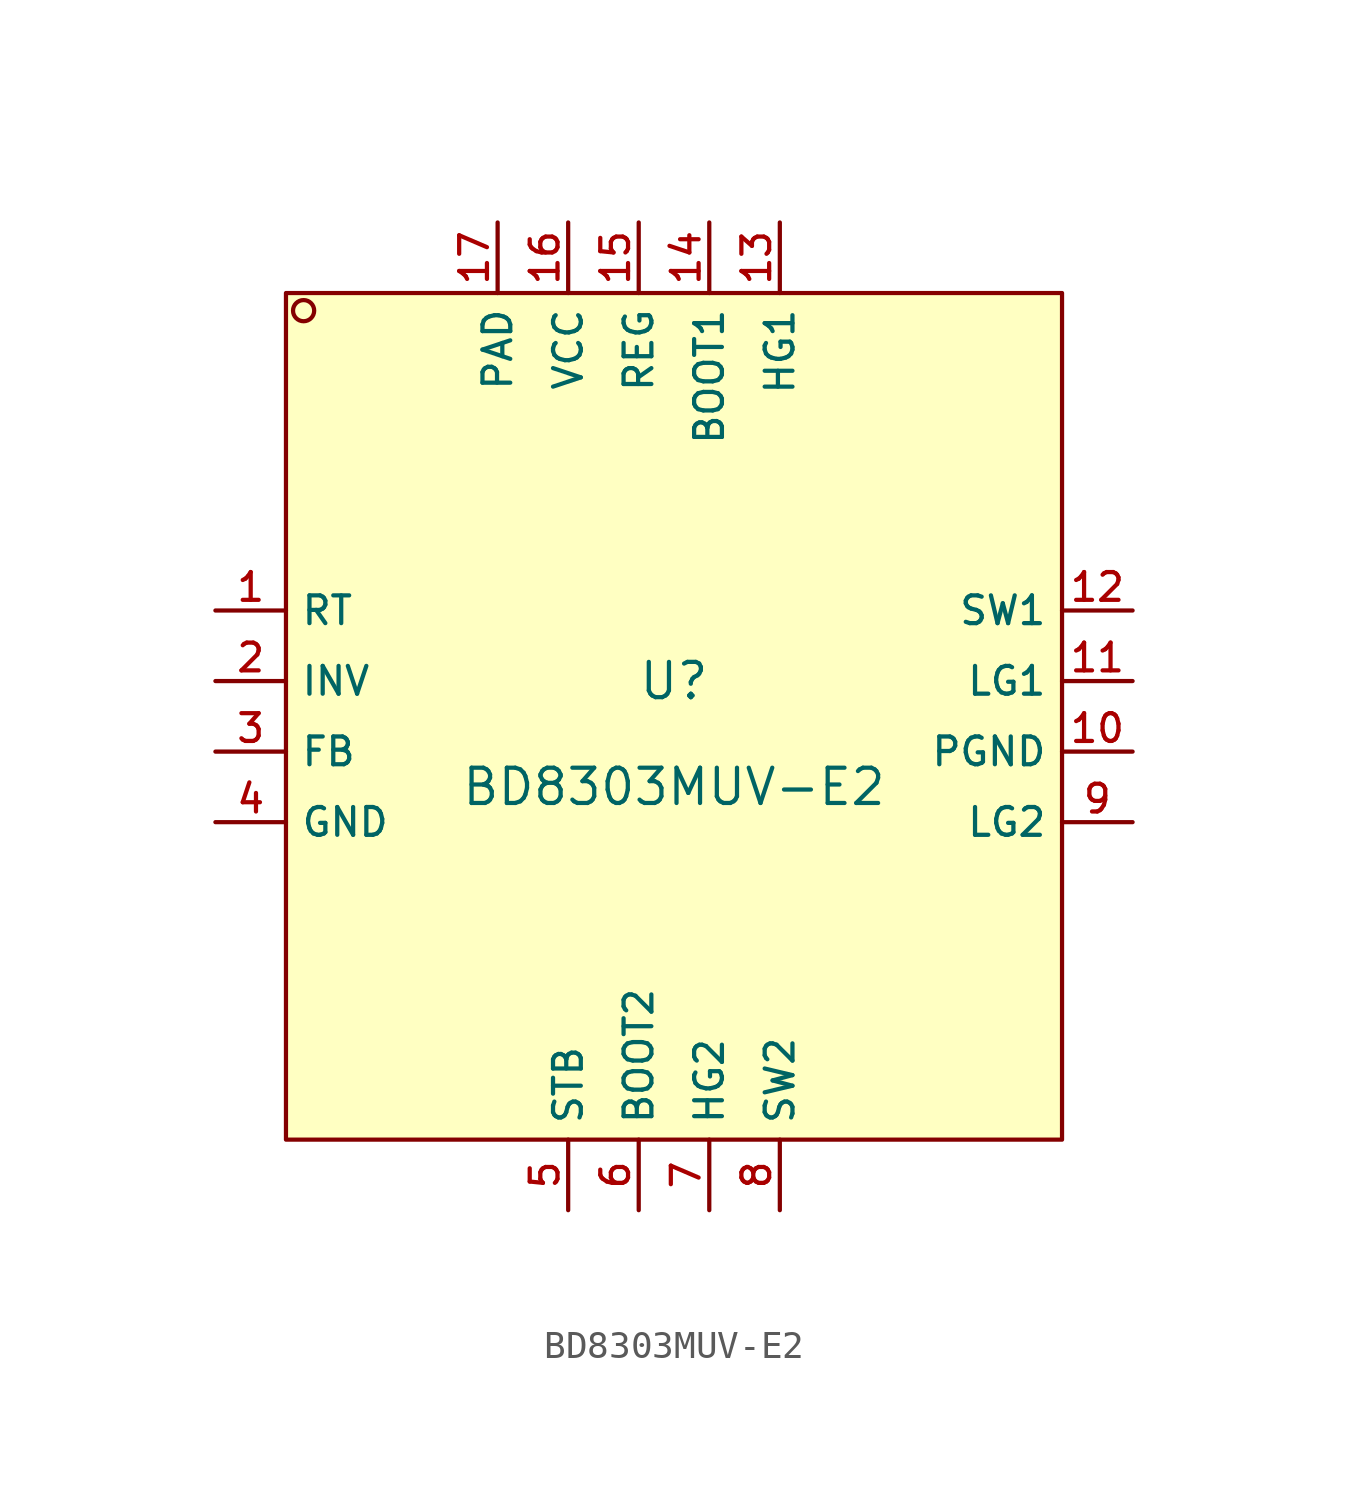
<source format=kicad_sym>
(kicad_symbol_lib
  (version 20210201)
  (generator TousstNicolas/JLC2KiCad_lib)
  (symbol "BD8303MUV-E2"
    (property "Reference" "U"
      (at 0 1.27 0)
      (effects (font (size 1.27 1.27))))
    (property "Value" "BD8303MUV-E2"
      (at 0 -2.54 0)
      (effects (font (size 1.27 1.27))))
    (symbol "BD8303MUV-E2_0_1"
      (rectangle (start -13.97 15.24) (end 13.97 -15.24) (stroke (width 0) (type default) (color 0 0 0 0)) (fill (type background)))
      (circle (center -13.335 14.605) (radius 0.381) (stroke (width 0) (type default) (color 0 0 0 0)) (fill (type background)))
      (pin unspecified line (at -16.51 3.81 0) (length 2.54) (name "RT" (effects (font (size 1 1)))) (number "1" (effects (font (size 1 1)))))
      (pin unspecified line (at -16.51 1.27 0) (length 2.54) (name "INV" (effects (font (size 1 1)))) (number "2" (effects (font (size 1 1)))))
      (pin unspecified line (at -16.51 -1.27 0) (length 2.54) (name "FB" (effects (font (size 1 1)))) (number "3" (effects (font (size 1 1)))))
      (pin unspecified line (at -16.51 -3.81 0) (length 2.54) (name "GND" (effects (font (size 1 1)))) (number "4" (effects (font (size 1 1)))))
      (pin unspecified line (at -3.81 -17.78 90) (length 2.54) (name "STB" (effects (font (size 1 1)))) (number "5" (effects (font (size 1 1)))))
      (pin unspecified line (at -1.27 -17.78 90) (length 2.54) (name "BOOT2" (effects (font (size 1 1)))) (number "6" (effects (font (size 1 1)))))
      (pin unspecified line (at 1.27 -17.78 90) (length 2.54) (name "HG2" (effects (font (size 1 1)))) (number "7" (effects (font (size 1 1)))))
      (pin unspecified line (at 3.81 -17.78 90) (length 2.54) (name "SW2" (effects (font (size 1 1)))) (number "8" (effects (font (size 1 1)))))
      (pin unspecified line (at 16.51 -3.81 180) (length 2.54) (name "LG2" (effects (font (size 1 1)))) (number "9" (effects (font (size 1 1)))))
      (pin unspecified line (at 16.51 -1.27 180) (length 2.54) (name "PGND" (effects (font (size 1 1)))) (number "10" (effects (font (size 1 1)))))
      (pin unspecified line (at 16.51 1.27 180) (length 2.54) (name "LG1" (effects (font (size 1 1)))) (number "11" (effects (font (size 1 1)))))
      (pin unspecified line (at 16.51 3.81 180) (length 2.54) (name "SW1" (effects (font (size 1 1)))) (number "12" (effects (font (size 1 1)))))
      (pin unspecified line (at 3.81 17.78 270) (length 2.54) (name "HG1" (effects (font (size 1 1)))) (number "13" (effects (font (size 1 1)))))
      (pin unspecified line (at 1.27 17.78 270) (length 2.54) (name "BOOT1" (effects (font (size 1 1)))) (number "14" (effects (font (size 1 1)))))
      (pin unspecified line (at -1.27 17.78 270) (length 2.54) (name "REG" (effects (font (size 1 1)))) (number "15" (effects (font (size 1 1)))))
      (pin unspecified line (at -3.81 17.78 270) (length 2.54) (name "VCC" (effects (font (size 1 1)))) (number "16" (effects (font (size 1 1)))))
      (pin unspecified line (at -6.35 17.78 270) (length 2.54) (name "PAD" (effects (font (size 1 1)))) (number "17" (effects (font (size 1 1))))))))
</source>
